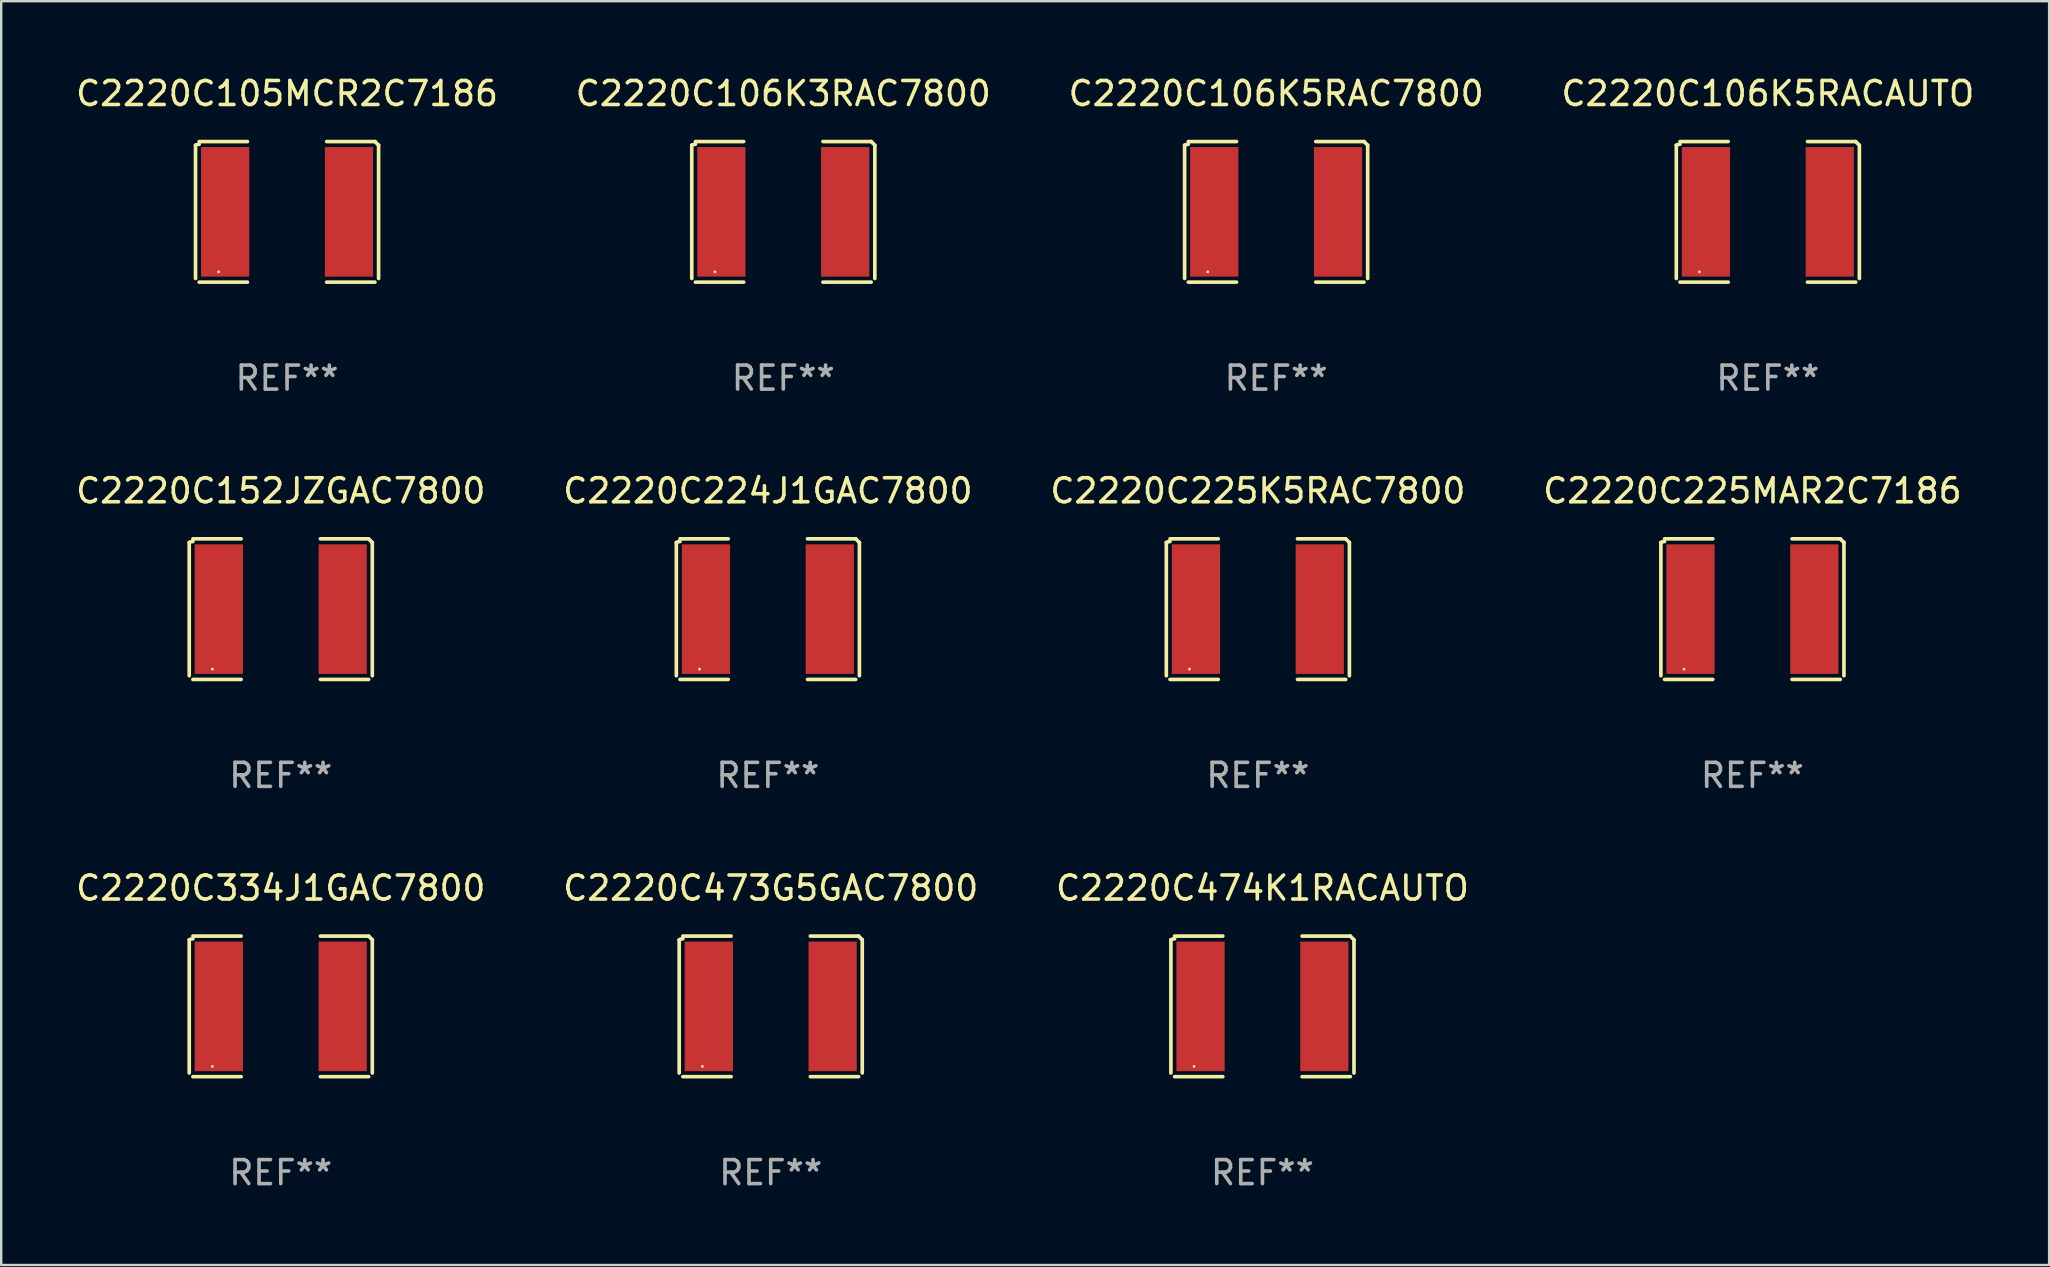
<source format=kicad_pcb>
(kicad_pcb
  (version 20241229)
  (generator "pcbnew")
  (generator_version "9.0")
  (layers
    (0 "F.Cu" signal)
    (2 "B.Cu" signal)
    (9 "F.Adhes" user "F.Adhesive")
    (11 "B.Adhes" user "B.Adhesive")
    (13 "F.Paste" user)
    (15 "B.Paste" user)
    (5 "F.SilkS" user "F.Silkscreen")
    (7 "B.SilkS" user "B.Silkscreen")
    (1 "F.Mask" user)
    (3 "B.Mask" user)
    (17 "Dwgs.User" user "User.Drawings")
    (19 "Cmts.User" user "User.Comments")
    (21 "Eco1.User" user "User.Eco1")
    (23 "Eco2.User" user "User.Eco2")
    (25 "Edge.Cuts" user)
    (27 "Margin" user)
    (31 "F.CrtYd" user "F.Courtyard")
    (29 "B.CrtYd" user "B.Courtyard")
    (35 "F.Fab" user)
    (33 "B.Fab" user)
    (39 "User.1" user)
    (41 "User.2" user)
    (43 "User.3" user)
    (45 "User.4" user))
  (footprint "C2220C224J1GAC7800"
    (layer "F.Cu")
    (at 28.946 22.331)
    (property "Reference" "C2220C224J1GAC7800" (at 0 -4.929 0) (layer "F.SilkS") (effects (font (size 1 1) (thickness 0.15))))
    (attr through_hole)
    (fp_line (start -3.814 2.776) (end -3.814 -2.776) (stroke (width 0.152) (type solid)) (layer "F.SilkS"))
    (fp_line (start -3.661 -2.929) (end -1.651 -2.929) (stroke (width 0.152) (type solid)) (layer "F.SilkS"))
    (fp_line (start -1.651 2.929) (end -3.661 2.929) (stroke (width 0.152) (type solid)) (layer "F.SilkS"))
    (fp_line (start 1.651 2.929) (end 3.661 2.929) (stroke (width 0.152) (type solid)) (layer "F.SilkS"))
    (fp_line (start 3.661 -2.929) (end 1.651 -2.929) (stroke (width 0.152) (type solid)) (layer "F.SilkS"))
    (fp_line (start 3.814 2.776) (end 3.814 -2.776) (stroke (width 0.152) (type solid)) (layer "F.SilkS"))
    (fp_arc (start -3.813614 -2.7762) (mid -3.739925 -2.805625) (end -3.661214 -2.815646) (stroke (width 0.1524) (type solid)) (layer "F.SilkS"))
    (fp_arc (start 3.661214 -2.9286) (mid 3.737425 -2.852411) (end 3.813614 -2.7762) (stroke (width 0.1524) (type solid)) (layer "F.SilkS"))
    (fp_circle (center -2.85 2.5) (end -2.82 2.5) (stroke (width 0.06) (type solid)) (fill no) (layer "F.SilkS"))
    (fp_text user "REF**" (at 0 6.929 0) (layer "F.Fab") (effects (font (size 1 1) (thickness 0.15))))
    (pad "1" smd rect (at -2.58 0) (size 2.01 5.4) (layers "F.Cu" "F.Mask" "F.Paste"))
    (pad "2" smd rect (at 2.58 0) (size 2.01 5.4) (layers "F.Cu" "F.Mask" "F.Paste")))
  (footprint "C2220C106K5RACAUTO"
    (layer "F.Cu")
    (at 70.613 5.777)
    (property "Reference" "C2220C106K5RACAUTO" (at 0 -4.929 0) (layer "F.SilkS") (effects (font (size 1 1) (thickness 0.15))))
    (attr through_hole)
    (fp_line (start -3.814 2.776) (end -3.814 -2.776) (stroke (width 0.152) (type solid)) (layer "F.SilkS"))
    (fp_line (start -3.661 -2.929) (end -1.651 -2.929) (stroke (width 0.152) (type solid)) (layer "F.SilkS"))
    (fp_line (start -1.651 2.929) (end -3.661 2.929) (stroke (width 0.152) (type solid)) (layer "F.SilkS"))
    (fp_line (start 1.651 2.929) (end 3.661 2.929) (stroke (width 0.152) (type solid)) (layer "F.SilkS"))
    (fp_line (start 3.661 -2.929) (end 1.651 -2.929) (stroke (width 0.152) (type solid)) (layer "F.SilkS"))
    (fp_line (start 3.814 2.776) (end 3.814 -2.776) (stroke (width 0.152) (type solid)) (layer "F.SilkS"))
    (fp_arc (start -3.813614 -2.7762) (mid -3.739925 -2.805625) (end -3.661214 -2.815646) (stroke (width 0.1524) (type solid)) (layer "F.SilkS"))
    (fp_arc (start 3.661214 -2.9286) (mid 3.737425 -2.852411) (end 3.813614 -2.7762) (stroke (width 0.1524) (type solid)) (layer "F.SilkS"))
    (fp_circle (center -2.85 2.5) (end -2.82 2.5) (stroke (width 0.06) (type solid)) (fill no) (layer "F.SilkS"))
    (fp_text user "REF**" (at 0 6.929 0) (layer "F.Fab") (effects (font (size 1 1) (thickness 0.15))))
    (pad "1" smd rect (at -2.58 0) (size 2.01 5.4) (layers "F.Cu" "F.Mask" "F.Paste"))
    (pad "2" smd rect (at 2.58 0) (size 2.01 5.4) (layers "F.Cu" "F.Mask" "F.Paste")))
  (footprint "C2220C105MCR2C7186"
    (layer "F.Cu")
    (at 8.911 5.777)
    (property "Reference" "C2220C105MCR2C7186" (at 0 -4.929 0) (layer "F.SilkS") (effects (font (size 1 1) (thickness 0.15))))
    (attr through_hole)
    (fp_line (start -3.814 2.776) (end -3.814 -2.776) (stroke (width 0.152) (type solid)) (layer "F.SilkS"))
    (fp_line (start -3.661 -2.929) (end -1.651 -2.929) (stroke (width 0.152) (type solid)) (layer "F.SilkS"))
    (fp_line (start -1.651 2.929) (end -3.661 2.929) (stroke (width 0.152) (type solid)) (layer "F.SilkS"))
    (fp_line (start 1.651 2.929) (end 3.661 2.929) (stroke (width 0.152) (type solid)) (layer "F.SilkS"))
    (fp_line (start 3.661 -2.929) (end 1.651 -2.929) (stroke (width 0.152) (type solid)) (layer "F.SilkS"))
    (fp_line (start 3.814 2.776) (end 3.814 -2.776) (stroke (width 0.152) (type solid)) (layer "F.SilkS"))
    (fp_arc (start -3.813614 -2.7762) (mid -3.739925 -2.805625) (end -3.661214 -2.815646) (stroke (width 0.1524) (type solid)) (layer "F.SilkS"))
    (fp_arc (start 3.661214 -2.9286) (mid 3.737425 -2.852411) (end 3.813614 -2.7762) (stroke (width 0.1524) (type solid)) (layer "F.SilkS"))
    (fp_circle (center -2.85 2.5) (end -2.82 2.5) (stroke (width 0.06) (type solid)) (fill no) (layer "F.SilkS"))
    (fp_text user "REF**" (at 0 6.929 0) (layer "F.Fab") (effects (font (size 1 1) (thickness 0.15))))
    (pad "1" smd rect (at -2.58 0) (size 2.01 5.4) (layers "F.Cu" "F.Mask" "F.Paste"))
    (pad "2" smd rect (at 2.58 0) (size 2.01 5.4) (layers "F.Cu" "F.Mask" "F.Paste")))
  (footprint "C2220C473G5GAC7800"
    (layer "F.Cu")
    (at 29.065 38.884)
    (property "Reference" "C2220C473G5GAC7800" (at 0 -4.929 0) (layer "F.SilkS") (effects (font (size 1 1) (thickness 0.15))))
    (attr through_hole)
    (fp_line (start -3.814 2.776) (end -3.814 -2.776) (stroke (width 0.152) (type solid)) (layer "F.SilkS"))
    (fp_line (start -3.661 -2.929) (end -1.651 -2.929) (stroke (width 0.152) (type solid)) (layer "F.SilkS"))
    (fp_line (start -1.651 2.929) (end -3.661 2.929) (stroke (width 0.152) (type solid)) (layer "F.SilkS"))
    (fp_line (start 1.651 2.929) (end 3.661 2.929) (stroke (width 0.152) (type solid)) (layer "F.SilkS"))
    (fp_line (start 3.661 -2.929) (end 1.651 -2.929) (stroke (width 0.152) (type solid)) (layer "F.SilkS"))
    (fp_line (start 3.814 2.776) (end 3.814 -2.776) (stroke (width 0.152) (type solid)) (layer "F.SilkS"))
    (fp_arc (start -3.813614 -2.7762) (mid -3.739925 -2.805625) (end -3.661214 -2.815646) (stroke (width 0.1524) (type solid)) (layer "F.SilkS"))
    (fp_arc (start 3.661214 -2.9286) (mid 3.737425 -2.852411) (end 3.813614 -2.7762) (stroke (width 0.1524) (type solid)) (layer "F.SilkS"))
    (fp_circle (center -2.85 2.5) (end -2.82 2.5) (stroke (width 0.06) (type solid)) (fill no) (layer "F.SilkS"))
    (fp_text user "REF**" (at 0 6.929 0) (layer "F.Fab") (effects (font (size 1 1) (thickness 0.15))))
    (pad "1" smd rect (at -2.58 0) (size 2.01 5.4) (layers "F.Cu" "F.Mask" "F.Paste"))
    (pad "2" smd rect (at 2.58 0) (size 2.01 5.4) (layers "F.Cu" "F.Mask" "F.Paste")))
  (footprint "C2220C474K1RACAUTO"
    (layer "F.Cu")
    (at 49.554 38.884)
    (property "Reference" "C2220C474K1RACAUTO" (at 0 -4.929 0) (layer "F.SilkS") (effects (font (size 1 1) (thickness 0.15))))
    (attr through_hole)
    (fp_line (start -3.814 2.776) (end -3.814 -2.776) (stroke (width 0.152) (type solid)) (layer "F.SilkS"))
    (fp_line (start -3.661 -2.929) (end -1.651 -2.929) (stroke (width 0.152) (type solid)) (layer "F.SilkS"))
    (fp_line (start -1.651 2.929) (end -3.661 2.929) (stroke (width 0.152) (type solid)) (layer "F.SilkS"))
    (fp_line (start 1.651 2.929) (end 3.661 2.929) (stroke (width 0.152) (type solid)) (layer "F.SilkS"))
    (fp_line (start 3.661 -2.929) (end 1.651 -2.929) (stroke (width 0.152) (type solid)) (layer "F.SilkS"))
    (fp_line (start 3.814 2.776) (end 3.814 -2.776) (stroke (width 0.152) (type solid)) (layer "F.SilkS"))
    (fp_arc (start -3.813614 -2.7762) (mid -3.739925 -2.805625) (end -3.661214 -2.815646) (stroke (width 0.1524) (type solid)) (layer "F.SilkS"))
    (fp_arc (start 3.661214 -2.9286) (mid 3.737425 -2.852411) (end 3.813614 -2.7762) (stroke (width 0.1524) (type solid)) (layer "F.SilkS"))
    (fp_circle (center -2.85 2.5) (end -2.82 2.5) (stroke (width 0.06) (type solid)) (fill no) (layer "F.SilkS"))
    (fp_text user "REF**" (at 0 6.929 0) (layer "F.Fab") (effects (font (size 1 1) (thickness 0.15))))
    (pad "1" smd rect (at -2.58 0) (size 2.01 5.4) (layers "F.Cu" "F.Mask" "F.Paste"))
    (pad "2" smd rect (at 2.58 0) (size 2.01 5.4) (layers "F.Cu" "F.Mask" "F.Paste")))
  (footprint "C2220C334J1GAC7800"
    (layer "F.Cu")
    (at 8.649 38.884)
    (property "Reference" "C2220C334J1GAC7800" (at 0 -4.929 0) (layer "F.SilkS") (effects (font (size 1 1) (thickness 0.15))))
    (attr through_hole)
    (fp_line (start -3.814 2.776) (end -3.814 -2.776) (stroke (width 0.152) (type solid)) (layer "F.SilkS"))
    (fp_line (start -3.661 -2.929) (end -1.651 -2.929) (stroke (width 0.152) (type solid)) (layer "F.SilkS"))
    (fp_line (start -1.651 2.929) (end -3.661 2.929) (stroke (width 0.152) (type solid)) (layer "F.SilkS"))
    (fp_line (start 1.651 2.929) (end 3.661 2.929) (stroke (width 0.152) (type solid)) (layer "F.SilkS"))
    (fp_line (start 3.661 -2.929) (end 1.651 -2.929) (stroke (width 0.152) (type solid)) (layer "F.SilkS"))
    (fp_line (start 3.814 2.776) (end 3.814 -2.776) (stroke (width 0.152) (type solid)) (layer "F.SilkS"))
    (fp_arc (start -3.813614 -2.7762) (mid -3.739925 -2.805625) (end -3.661214 -2.815646) (stroke (width 0.1524) (type solid)) (layer "F.SilkS"))
    (fp_arc (start 3.661214 -2.9286) (mid 3.737425 -2.852411) (end 3.813614 -2.7762) (stroke (width 0.1524) (type solid)) (layer "F.SilkS"))
    (fp_circle (center -2.85 2.5) (end -2.82 2.5) (stroke (width 0.06) (type solid)) (fill no) (layer "F.SilkS"))
    (fp_text user "REF**" (at 0 6.929 0) (layer "F.Fab") (effects (font (size 1 1) (thickness 0.15))))
    (pad "1" smd rect (at -2.58 0) (size 2.01 5.4) (layers "F.Cu" "F.Mask" "F.Paste"))
    (pad "2" smd rect (at 2.58 0) (size 2.01 5.4) (layers "F.Cu" "F.Mask" "F.Paste")))
  (footprint "C2220C225MAR2C7186"
    (layer "F.Cu")
    (at 69.97 22.331)
    (property "Reference" "C2220C225MAR2C7186" (at 0 -4.929 0) (layer "F.SilkS") (effects (font (size 1 1) (thickness 0.15))))
    (attr through_hole)
    (fp_line (start -3.814 2.776) (end -3.814 -2.776) (stroke (width 0.152) (type solid)) (layer "F.SilkS"))
    (fp_line (start -3.661 -2.929) (end -1.651 -2.929) (stroke (width 0.152) (type solid)) (layer "F.SilkS"))
    (fp_line (start -1.651 2.929) (end -3.661 2.929) (stroke (width 0.152) (type solid)) (layer "F.SilkS"))
    (fp_line (start 1.651 2.929) (end 3.661 2.929) (stroke (width 0.152) (type solid)) (layer "F.SilkS"))
    (fp_line (start 3.661 -2.929) (end 1.651 -2.929) (stroke (width 0.152) (type solid)) (layer "F.SilkS"))
    (fp_line (start 3.814 2.776) (end 3.814 -2.776) (stroke (width 0.152) (type solid)) (layer "F.SilkS"))
    (fp_arc (start -3.813614 -2.7762) (mid -3.739925 -2.805625) (end -3.661214 -2.815646) (stroke (width 0.1524) (type solid)) (layer "F.SilkS"))
    (fp_arc (start 3.661214 -2.9286) (mid 3.737425 -2.852411) (end 3.813614 -2.7762) (stroke (width 0.1524) (type solid)) (layer "F.SilkS"))
    (fp_circle (center -2.85 2.5) (end -2.82 2.5) (stroke (width 0.06) (type solid)) (fill no) (layer "F.SilkS"))
    (fp_text user "REF**" (at 0 6.929 0) (layer "F.Fab") (effects (font (size 1 1) (thickness 0.15))))
    (pad "1" smd rect (at -2.58 0) (size 2.01 5.4) (layers "F.Cu" "F.Mask" "F.Paste"))
    (pad "2" smd rect (at 2.58 0) (size 2.01 5.4) (layers "F.Cu" "F.Mask" "F.Paste")))
  (footprint "C2220C106K5RAC7800"
    (layer "F.Cu")
    (at 50.125 5.777)
    (property "Reference" "C2220C106K5RAC7800" (at 0 -4.929 0) (layer "F.SilkS") (effects (font (size 1 1) (thickness 0.15))))
    (attr through_hole)
    (fp_line (start -3.814 2.776) (end -3.814 -2.776) (stroke (width 0.152) (type solid)) (layer "F.SilkS"))
    (fp_line (start -3.661 -2.929) (end -1.651 -2.929) (stroke (width 0.152) (type solid)) (layer "F.SilkS"))
    (fp_line (start -1.651 2.929) (end -3.661 2.929) (stroke (width 0.152) (type solid)) (layer "F.SilkS"))
    (fp_line (start 1.651 2.929) (end 3.661 2.929) (stroke (width 0.152) (type solid)) (layer "F.SilkS"))
    (fp_line (start 3.661 -2.929) (end 1.651 -2.929) (stroke (width 0.152) (type solid)) (layer "F.SilkS"))
    (fp_line (start 3.814 2.776) (end 3.814 -2.776) (stroke (width 0.152) (type solid)) (layer "F.SilkS"))
    (fp_arc (start -3.813614 -2.7762) (mid -3.739925 -2.805625) (end -3.661214 -2.815646) (stroke (width 0.1524) (type solid)) (layer "F.SilkS"))
    (fp_arc (start 3.661214 -2.9286) (mid 3.737425 -2.852411) (end 3.813614 -2.7762) (stroke (width 0.1524) (type solid)) (layer "F.SilkS"))
    (fp_circle (center -2.85 2.5) (end -2.82 2.5) (stroke (width 0.06) (type solid)) (fill no) (layer "F.SilkS"))
    (fp_text user "REF**" (at 0 6.929 0) (layer "F.Fab") (effects (font (size 1 1) (thickness 0.15))))
    (pad "1" smd rect (at -2.58 0) (size 2.01 5.4) (layers "F.Cu" "F.Mask" "F.Paste"))
    (pad "2" smd rect (at 2.58 0) (size 2.01 5.4) (layers "F.Cu" "F.Mask" "F.Paste")))
  (footprint "C2220C106K3RAC7800"
    (layer "F.Cu")
    (at 29.589 5.777)
    (property "Reference" "C2220C106K3RAC7800" (at 0 -4.929 0) (layer "F.SilkS") (effects (font (size 1 1) (thickness 0.15))))
    (attr through_hole)
    (fp_line (start -3.814 2.776) (end -3.814 -2.776) (stroke (width 0.152) (type solid)) (layer "F.SilkS"))
    (fp_line (start -3.661 -2.929) (end -1.651 -2.929) (stroke (width 0.152) (type solid)) (layer "F.SilkS"))
    (fp_line (start -1.651 2.929) (end -3.661 2.929) (stroke (width 0.152) (type solid)) (layer "F.SilkS"))
    (fp_line (start 1.651 2.929) (end 3.661 2.929) (stroke (width 0.152) (type solid)) (layer "F.SilkS"))
    (fp_line (start 3.661 -2.929) (end 1.651 -2.929) (stroke (width 0.152) (type solid)) (layer "F.SilkS"))
    (fp_line (start 3.814 2.776) (end 3.814 -2.776) (stroke (width 0.152) (type solid)) (layer "F.SilkS"))
    (fp_arc (start -3.813614 -2.7762) (mid -3.739925 -2.805625) (end -3.661214 -2.815646) (stroke (width 0.1524) (type solid)) (layer "F.SilkS"))
    (fp_arc (start 3.661214 -2.9286) (mid 3.737425 -2.852411) (end 3.813614 -2.7762) (stroke (width 0.1524) (type solid)) (layer "F.SilkS"))
    (fp_circle (center -2.85 2.5) (end -2.82 2.5) (stroke (width 0.06) (type solid)) (fill no) (layer "F.SilkS"))
    (fp_text user "REF**" (at 0 6.929 0) (layer "F.Fab") (effects (font (size 1 1) (thickness 0.15))))
    (pad "1" smd rect (at -2.58 0) (size 2.01 5.4) (layers "F.Cu" "F.Mask" "F.Paste"))
    (pad "2" smd rect (at 2.58 0) (size 2.01 5.4) (layers "F.Cu" "F.Mask" "F.Paste")))
  (footprint "C2220C152JZGAC7800"
    (layer "F.Cu")
    (at 8.649 22.331)
    (property "Reference" "C2220C152JZGAC7800" (at 0 -4.929 0) (layer "F.SilkS") (effects (font (size 1 1) (thickness 0.15))))
    (attr through_hole)
    (fp_line (start -3.814 2.776) (end -3.814 -2.776) (stroke (width 0.152) (type solid)) (layer "F.SilkS"))
    (fp_line (start -3.661 -2.929) (end -1.651 -2.929) (stroke (width 0.152) (type solid)) (layer "F.SilkS"))
    (fp_line (start -1.651 2.929) (end -3.661 2.929) (stroke (width 0.152) (type solid)) (layer "F.SilkS"))
    (fp_line (start 1.651 2.929) (end 3.661 2.929) (stroke (width 0.152) (type solid)) (layer "F.SilkS"))
    (fp_line (start 3.661 -2.929) (end 1.651 -2.929) (stroke (width 0.152) (type solid)) (layer "F.SilkS"))
    (fp_line (start 3.814 2.776) (end 3.814 -2.776) (stroke (width 0.152) (type solid)) (layer "F.SilkS"))
    (fp_arc (start -3.813614 -2.7762) (mid -3.739925 -2.805625) (end -3.661214 -2.815646) (stroke (width 0.1524) (type solid)) (layer "F.SilkS"))
    (fp_arc (start 3.661214 -2.9286) (mid 3.737425 -2.852411) (end 3.813614 -2.7762) (stroke (width 0.1524) (type solid)) (layer "F.SilkS"))
    (fp_circle (center -2.85 2.5) (end -2.82 2.5) (stroke (width 0.06) (type solid)) (fill no) (layer "F.SilkS"))
    (fp_text user "REF**" (at 0 6.929 0) (layer "F.Fab") (effects (font (size 1 1) (thickness 0.15))))
    (pad "1" smd rect (at -2.58 0) (size 2.01 5.4) (layers "F.Cu" "F.Mask" "F.Paste"))
    (pad "2" smd rect (at 2.58 0) (size 2.01 5.4) (layers "F.Cu" "F.Mask" "F.Paste")))
  (footprint "C2220C225K5RAC7800"
    (layer "F.Cu")
    (at 49.363 22.331)
    (property "Reference" "C2220C225K5RAC7800" (at 0 -4.929 0) (layer "F.SilkS") (effects (font (size 1 1) (thickness 0.15))))
    (attr through_hole)
    (fp_line (start -3.814 2.776) (end -3.814 -2.776) (stroke (width 0.152) (type solid)) (layer "F.SilkS"))
    (fp_line (start -3.661 -2.929) (end -1.651 -2.929) (stroke (width 0.152) (type solid)) (layer "F.SilkS"))
    (fp_line (start -1.651 2.929) (end -3.661 2.929) (stroke (width 0.152) (type solid)) (layer "F.SilkS"))
    (fp_line (start 1.651 2.929) (end 3.661 2.929) (stroke (width 0.152) (type solid)) (layer "F.SilkS"))
    (fp_line (start 3.661 -2.929) (end 1.651 -2.929) (stroke (width 0.152) (type solid)) (layer "F.SilkS"))
    (fp_line (start 3.814 2.776) (end 3.814 -2.776) (stroke (width 0.152) (type solid)) (layer "F.SilkS"))
    (fp_arc (start -3.813614 -2.7762) (mid -3.739925 -2.805625) (end -3.661214 -2.815646) (stroke (width 0.1524) (type solid)) (layer "F.SilkS"))
    (fp_arc (start 3.661214 -2.9286) (mid 3.737425 -2.852411) (end 3.813614 -2.7762) (stroke (width 0.1524) (type solid)) (layer "F.SilkS"))
    (fp_circle (center -2.85 2.5) (end -2.82 2.5) (stroke (width 0.06) (type solid)) (fill no) (layer "F.SilkS"))
    (fp_text user "REF**" (at 0 6.929 0) (layer "F.Fab") (effects (font (size 1 1) (thickness 0.15))))
    (pad "1" smd rect (at -2.58 0) (size 2.01 5.4) (layers "F.Cu" "F.Mask" "F.Paste"))
    (pad "2" smd rect (at 2.58 0) (size 2.01 5.4) (layers "F.Cu" "F.Mask" "F.Paste")))
  (gr_rect
    (start -3 -3)
    (end 82.333 49.661)
    (stroke (width 0.1) (type default))
    (fill no)
    (layer "Edge.Cuts")))
</source>
